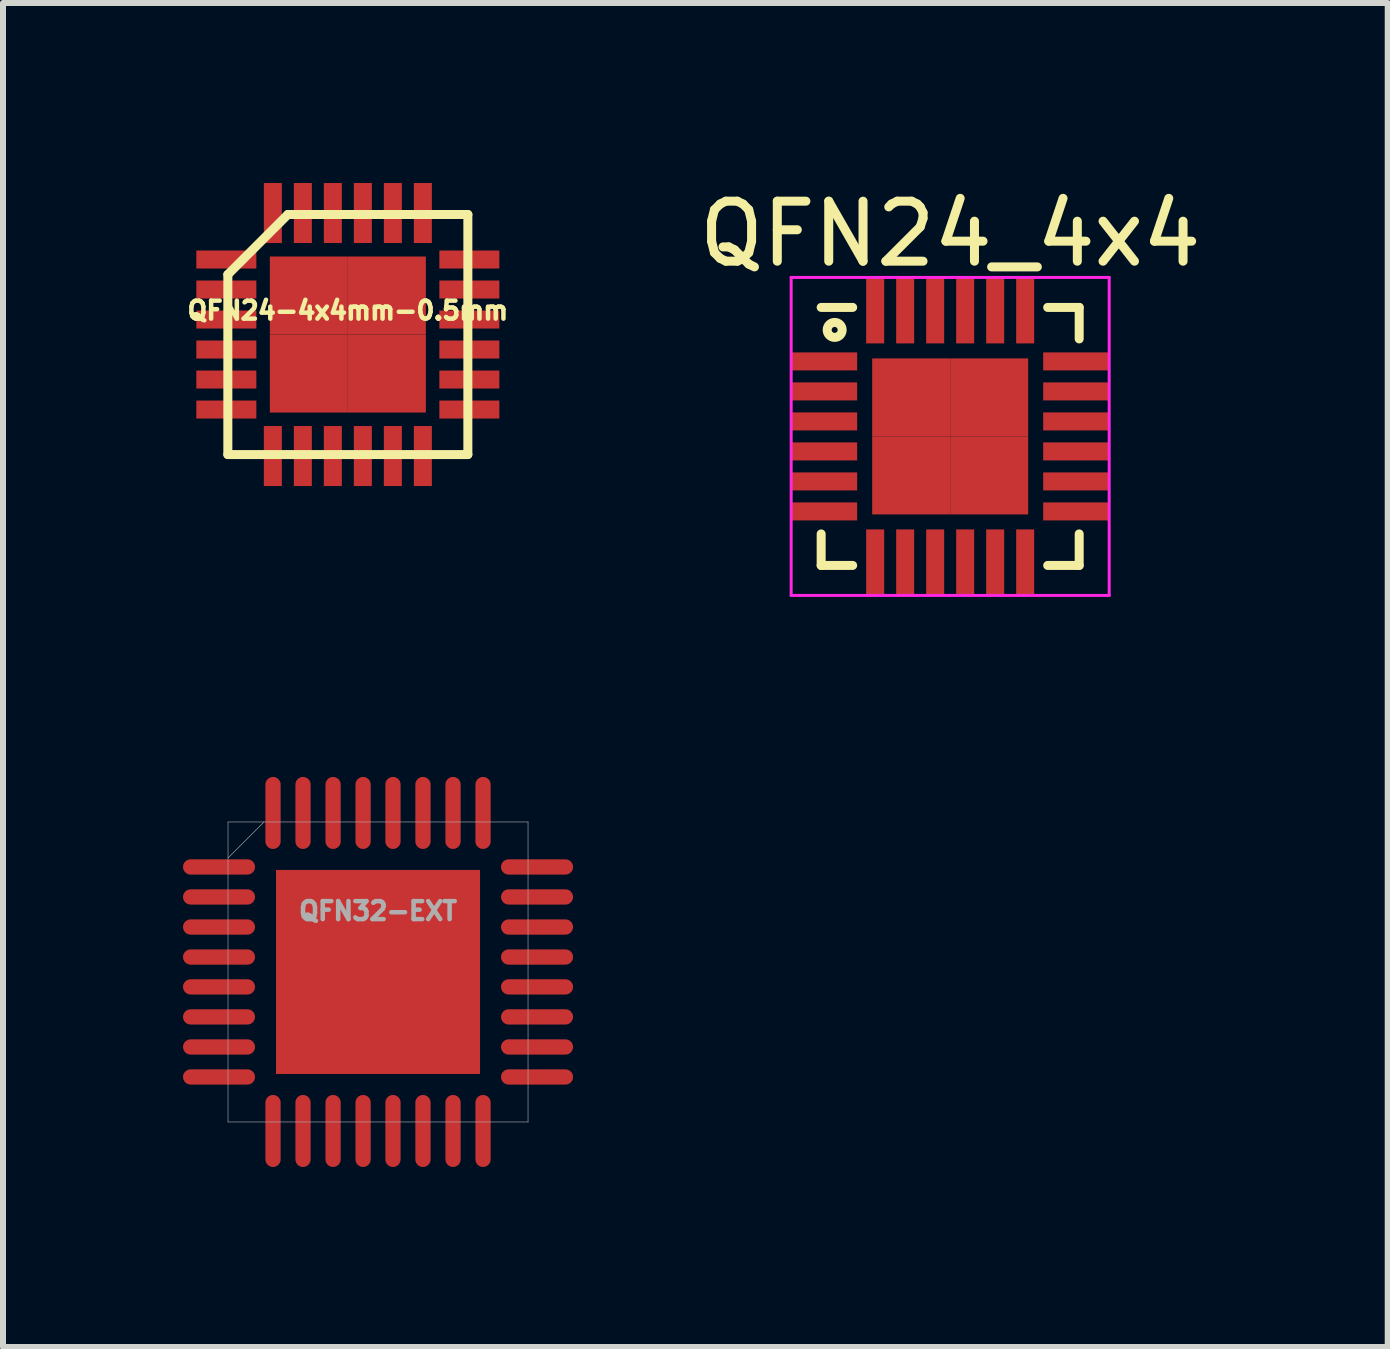
<source format=kicad_pcb>
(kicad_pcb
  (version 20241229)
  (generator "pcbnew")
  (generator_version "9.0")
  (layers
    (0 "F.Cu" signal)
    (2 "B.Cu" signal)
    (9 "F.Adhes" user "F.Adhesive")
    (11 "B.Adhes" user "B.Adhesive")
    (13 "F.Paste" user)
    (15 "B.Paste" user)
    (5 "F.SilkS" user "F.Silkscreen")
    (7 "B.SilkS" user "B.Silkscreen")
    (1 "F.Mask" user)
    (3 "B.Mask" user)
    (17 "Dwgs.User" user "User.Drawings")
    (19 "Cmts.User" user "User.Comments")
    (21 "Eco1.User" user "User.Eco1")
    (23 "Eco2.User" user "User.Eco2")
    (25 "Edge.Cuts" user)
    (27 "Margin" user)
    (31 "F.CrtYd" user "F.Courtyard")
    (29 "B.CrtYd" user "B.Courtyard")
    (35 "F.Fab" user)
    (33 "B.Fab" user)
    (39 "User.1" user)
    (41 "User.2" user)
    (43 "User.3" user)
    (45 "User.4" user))
  (footprint "QFN24_4x4"
    (layer "F.Cu")
    (at 12.785 4.223)
    (property "Reference" "QFN24_4x4" (at 0 -3.375 0) (layer "F.SilkS") (effects (font (size 1 1) (thickness 0.15))))
    (attr smd)
    (fp_line (start -2.15 -2.15) (end -1.625 -2.15) (stroke (width 0.15) (type solid)) (layer "F.SilkS"))
    (fp_line (start -2.15 2.15) (end -2.15 1.625) (stroke (width 0.15) (type solid)) (layer "F.SilkS"))
    (fp_line (start -2.15 2.15) (end -1.625 2.15) (stroke (width 0.15) (type solid)) (layer "F.SilkS"))
    (fp_line (start 2.15 -2.15) (end 1.625 -2.15) (stroke (width 0.15) (type solid)) (layer "F.SilkS"))
    (fp_line (start 2.15 -2.15) (end 2.15 -1.625) (stroke (width 0.15) (type solid)) (layer "F.SilkS"))
    (fp_line (start 2.15 2.15) (end 1.625 2.15) (stroke (width 0.15) (type solid)) (layer "F.SilkS"))
    (fp_line (start 2.15 2.15) (end 2.15 1.625) (stroke (width 0.15) (type solid)) (layer "F.SilkS"))
    (fp_circle (center -1.925 -1.775) (end -1.85 -1.675) (stroke (width 0.15) (type solid)) (fill no) (layer "F.SilkS"))
    (fp_line (start -2.65 -2.65) (end -2.65 2.65) (stroke (width 0.05) (type solid)) (layer "F.CrtYd"))
    (fp_line (start -2.65 -2.65) (end 2.65 -2.65) (stroke (width 0.05) (type solid)) (layer "F.CrtYd"))
    (fp_line (start -2.65 2.65) (end 2.65 2.65) (stroke (width 0.05) (type solid)) (layer "F.CrtYd"))
    (fp_line (start 2.65 -2.65) (end 2.65 2.65) (stroke (width 0.05) (type solid)) (layer "F.CrtYd"))
    (pad "1" smd rect (at -2.1 -1.25) (size 1.1 0.3) (layers "F.Cu" "F.Mask" "F.Paste"))
    (pad "2" smd rect (at -2.1 -0.75) (size 1.1 0.3) (layers "F.Cu" "F.Mask" "F.Paste"))
    (pad "3" smd rect (at -2.1 -0.25) (size 1.1 0.3) (layers "F.Cu" "F.Mask" "F.Paste"))
    (pad "4" smd rect (at -2.1 0.25) (size 1.1 0.3) (layers "F.Cu" "F.Mask" "F.Paste"))
    (pad "5" smd rect (at -2.1 0.75) (size 1.1 0.3) (layers "F.Cu" "F.Mask" "F.Paste"))
    (pad "6" smd rect (at -2.1 1.25) (size 1.1 0.3) (layers "F.Cu" "F.Mask" "F.Paste"))
    (pad "7" smd rect (at -1.25 2.1 90) (size 1.1 0.3) (layers "F.Cu" "F.Mask" "F.Paste"))
    (pad "8" smd rect (at -0.75 2.1 90) (size 1.1 0.3) (layers "F.Cu" "F.Mask" "F.Paste"))
    (pad "9" smd rect (at -0.25 2.1 90) (size 1.1 0.3) (layers "F.Cu" "F.Mask" "F.Paste"))
    (pad "10" smd rect (at 0.25 2.1 90) (size 1.1 0.3) (layers "F.Cu" "F.Mask" "F.Paste"))
    (pad "11" smd rect (at 0.75 2.1 90) (size 1.1 0.3) (layers "F.Cu" "F.Mask" "F.Paste"))
    (pad "12" smd rect (at 1.25 2.1 90) (size 1.1 0.3) (layers "F.Cu" "F.Mask" "F.Paste"))
    (pad "13" smd rect (at 2.1 1.25) (size 1.1 0.3) (layers "F.Cu" "F.Mask" "F.Paste"))
    (pad "14" smd rect (at 2.1 0.75) (size 1.1 0.3) (layers "F.Cu" "F.Mask" "F.Paste"))
    (pad "15" smd rect (at 2.1 0.25) (size 1.1 0.3) (layers "F.Cu" "F.Mask" "F.Paste"))
    (pad "16" smd rect (at 2.1 -0.25) (size 1.1 0.3) (layers "F.Cu" "F.Mask" "F.Paste"))
    (pad "17" smd rect (at 2.1 -0.75) (size 1.1 0.3) (layers "F.Cu" "F.Mask" "F.Paste"))
    (pad "18" smd rect (at 2.1 -1.25) (size 1.1 0.3) (layers "F.Cu" "F.Mask" "F.Paste"))
    (pad "19" smd rect (at 1.25 -2.1 90) (size 1.1 0.3) (layers "F.Cu" "F.Mask" "F.Paste"))
    (pad "20" smd rect (at 0.75 -2.1 90) (size 1.1 0.3) (layers "F.Cu" "F.Mask" "F.Paste"))
    (pad "21" smd rect (at 0.25 -2.1 90) (size 1.1 0.3) (layers "F.Cu" "F.Mask" "F.Paste"))
    (pad "22" smd rect (at -0.25 -2.1 90) (size 1.1 0.3) (layers "F.Cu" "F.Mask" "F.Paste"))
    (pad "23" smd rect (at -0.75 -2.1 90) (size 1.1 0.3) (layers "F.Cu" "F.Mask" "F.Paste"))
    (pad "24" smd rect (at -1.25 -2.1 90) (size 1.1 0.3) (layers "F.Cu" "F.Mask" "F.Paste"))
    (pad "25" smd rect (at -0.65 -0.65) (size 1.3 1.3) (layers "F.Cu" "F.Mask" "F.Paste"))
    (pad "25" smd rect (at -0.65 0.65) (size 1.3 1.3) (layers "F.Cu" "F.Mask" "F.Paste"))
    (pad "25" smd rect (at 0.65 -0.65) (size 1.3 1.3) (layers "F.Cu" "F.Mask" "F.Paste"))
    (pad "25" smd rect (at 0.65 0.65) (size 1.3 1.3) (layers "F.Cu" "F.Mask" "F.Paste")))
  (footprint "QFN32-EXT"
    (layer "F.Cu")
    (at 3.25 13.148)
    (property "Reference" "QFN32-EXT" (at 0 -1.016 0) (layer "F.Fab") (effects (font (size 0.3 0.3) (thickness 0.075))))
    (attr smd)
    (fp_line (start -2.5 -2.5) (end -2.5 2.5) (stroke (width 0.01) (type solid)) (layer "F.Fab"))
    (fp_line (start -2.5 -1.9) (end -1.9 -2.5) (stroke (width 0.01) (type solid)) (layer "F.Fab"))
    (fp_line (start -2.5 2.5) (end 2.5 2.5) (stroke (width 0.01) (type solid)) (layer "F.Fab"))
    (fp_line (start 2.5 -2.5) (end -2.5 -2.5) (stroke (width 0.01) (type solid)) (layer "F.Fab"))
    (fp_line (start 2.5 2.5) (end 2.5 -2.5) (stroke (width 0.01) (type solid)) (layer "F.Fab"))
    (pad "1" smd oval (at -2.65 -1.75 90) (size 0.254 1.2) (layers "F.Cu" "F.Mask" "F.Paste"))
    (pad "2" smd oval (at -2.65 -1.25 90) (size 0.254 1.2) (layers "F.Cu" "F.Mask" "F.Paste"))
    (pad "3" smd oval (at -2.65 -0.749 90) (size 0.254 1.2) (layers "F.Cu" "F.Mask" "F.Paste"))
    (pad "4" smd oval (at -2.65 -0.249 90) (size 0.254 1.2) (layers "F.Cu" "F.Mask" "F.Paste"))
    (pad "5" smd oval (at -2.65 0.249 90) (size 0.254 1.2) (layers "F.Cu" "F.Mask" "F.Paste"))
    (pad "6" smd oval (at -2.65 0.749 90) (size 0.254 1.2) (layers "F.Cu" "F.Mask" "F.Paste"))
    (pad "7" smd oval (at -2.65 1.25 90) (size 0.254 1.2) (layers "F.Cu" "F.Mask" "F.Paste"))
    (pad "8" smd oval (at -2.65 1.75 90) (size 0.254 1.2) (layers "F.Cu" "F.Mask" "F.Paste"))
    (pad "9" smd oval (at -1.75 2.65) (size 0.254 1.2) (layers "F.Cu" "F.Mask" "F.Paste"))
    (pad "10" smd oval (at -1.25 2.65) (size 0.254 1.2) (layers "F.Cu" "F.Mask" "F.Paste"))
    (pad "11" smd oval (at -0.749 2.65) (size 0.254 1.2) (layers "F.Cu" "F.Mask" "F.Paste"))
    (pad "12" smd oval (at -0.249 2.65) (size 0.254 1.2) (layers "F.Cu" "F.Mask" "F.Paste"))
    (pad "13" smd oval (at 0.249 2.65) (size 0.254 1.2) (layers "F.Cu" "F.Mask" "F.Paste"))
    (pad "14" smd oval (at 0.749 2.65) (size 0.254 1.2) (layers "F.Cu" "F.Mask" "F.Paste"))
    (pad "15" smd oval (at 1.25 2.65) (size 0.254 1.2) (layers "F.Cu" "F.Mask" "F.Paste"))
    (pad "16" smd oval (at 1.75 2.65) (size 0.254 1.2) (layers "F.Cu" "F.Mask" "F.Paste"))
    (pad "17" smd oval (at 2.65 1.75 90) (size 0.254 1.2) (layers "F.Cu" "F.Mask" "F.Paste"))
    (pad "18" smd oval (at 2.65 1.25 90) (size 0.254 1.2) (layers "F.Cu" "F.Mask" "F.Paste"))
    (pad "19" smd oval (at 2.65 0.749 90) (size 0.254 1.2) (layers "F.Cu" "F.Mask" "F.Paste"))
    (pad "20" smd oval (at 2.65 0.249 90) (size 0.254 1.2) (layers "F.Cu" "F.Mask" "F.Paste"))
    (pad "21" smd oval (at 2.65 -0.249 90) (size 0.254 1.2) (layers "F.Cu" "F.Mask" "F.Paste"))
    (pad "22" smd oval (at 2.65 -0.749 90) (size 0.254 1.2) (layers "F.Cu" "F.Mask" "F.Paste"))
    (pad "23" smd oval (at 2.65 -1.25 90) (size 0.254 1.2) (layers "F.Cu" "F.Mask" "F.Paste"))
    (pad "24" smd oval (at 2.65 -1.75 90) (size 0.254 1.2) (layers "F.Cu" "F.Mask" "F.Paste"))
    (pad "25" smd oval (at 1.75 -2.65) (size 0.254 1.2) (layers "F.Cu" "F.Mask" "F.Paste"))
    (pad "26" smd oval (at 1.25 -2.65) (size 0.254 1.2) (layers "F.Cu" "F.Mask" "F.Paste"))
    (pad "27" smd oval (at 0.749 -2.65) (size 0.254 1.2) (layers "F.Cu" "F.Mask" "F.Paste"))
    (pad "28" smd oval (at 0.249 -2.65) (size 0.254 1.2) (layers "F.Cu" "F.Mask" "F.Paste"))
    (pad "29" smd oval (at -0.249 -2.65) (size 0.254 1.2) (layers "F.Cu" "F.Mask" "F.Paste"))
    (pad "30" smd oval (at -0.749 -2.65) (size 0.254 1.2) (layers "F.Cu" "F.Mask" "F.Paste"))
    (pad "31" smd oval (at -1.25 -2.65) (size 0.254 1.2) (layers "F.Cu" "F.Mask" "F.Paste"))
    (pad "32" smd oval (at -1.75 -2.65) (size 0.254 1.2) (layers "F.Cu" "F.Mask" "F.Paste"))
    (pad "33" smd rect (at 0 0) (size 3.4 3.4) (layers "F.Cu" "F.Mask" "F.Paste")))
  (footprint "QFN24-4x4mm-0.5mm"
    (layer "F.Cu")
    (at 2.747 2.525)
    (property "Reference" "QFN24-4x4mm-0.5mm" (at 0 -0.4 0) (layer "F.SilkS") (effects (font (size 0.3 0.3) (thickness 0.075))))
    (attr smd)
    (fp_line (start -2 -1) (end -1 -2) (stroke (width 0.15) (type solid)) (layer "F.SilkS"))
    (fp_line (start -2 2) (end -2 -1) (stroke (width 0.15) (type solid)) (layer "F.SilkS"))
    (fp_line (start -1 -2) (end 2 -2) (stroke (width 0.15) (type solid)) (layer "F.SilkS"))
    (fp_line (start 2 -2) (end 2 2) (stroke (width 0.15) (type solid)) (layer "F.SilkS"))
    (fp_line (start 2 2) (end -2 2) (stroke (width 0.15) (type solid)) (layer "F.SilkS"))
    (pad "1" smd rect (at -2.025 -1.25) (size 1 0.3) (layers "F.Cu" "F.Mask" "F.Paste"))
    (pad "2" smd rect (at -2.025 -0.75) (size 1 0.3) (layers "F.Cu" "F.Mask" "F.Paste"))
    (pad "3" smd rect (at -2.025 -0.25) (size 1 0.3) (layers "F.Cu" "F.Mask" "F.Paste"))
    (pad "4" smd rect (at -2.025 0.25) (size 1 0.3) (layers "F.Cu" "F.Mask" "F.Paste"))
    (pad "5" smd rect (at -2.025 0.75) (size 1 0.3) (layers "F.Cu" "F.Mask" "F.Paste"))
    (pad "6" smd rect (at -2.025 1.25) (size 1 0.3) (layers "F.Cu" "F.Mask" "F.Paste"))
    (pad "7" smd rect (at -1.25 2.025 90) (size 1 0.3) (layers "F.Cu" "F.Mask" "F.Paste"))
    (pad "8" smd rect (at -0.75 2.025 90) (size 1 0.3) (layers "F.Cu" "F.Mask" "F.Paste"))
    (pad "9" smd rect (at -0.25 2.025 90) (size 1 0.3) (layers "F.Cu" "F.Mask" "F.Paste"))
    (pad "10" smd rect (at 0.25 2.025 90) (size 1 0.3) (layers "F.Cu" "F.Mask" "F.Paste"))
    (pad "11" smd rect (at 0.75 2.025 90) (size 1 0.3) (layers "F.Cu" "F.Mask" "F.Paste"))
    (pad "12" smd rect (at 1.25 2.025 90) (size 1 0.3) (layers "F.Cu" "F.Mask" "F.Paste"))
    (pad "13" smd rect (at 2.025 1.25) (size 1 0.3) (layers "F.Cu" "F.Mask" "F.Paste"))
    (pad "14" smd rect (at 2.025 0.75) (size 1 0.3) (layers "F.Cu" "F.Mask" "F.Paste"))
    (pad "15" smd rect (at 2.025 0.25) (size 1 0.3) (layers "F.Cu" "F.Mask" "F.Paste"))
    (pad "16" smd rect (at 2.025 -0.25) (size 1 0.3) (layers "F.Cu" "F.Mask" "F.Paste"))
    (pad "17" smd rect (at 2.025 -0.75) (size 1 0.3) (layers "F.Cu" "F.Mask" "F.Paste"))
    (pad "18" smd rect (at 2.025 -1.25) (size 1 0.3) (layers "F.Cu" "F.Mask" "F.Paste"))
    (pad "19" smd rect (at 1.25 -2.025 90) (size 1 0.3) (layers "F.Cu" "F.Mask" "F.Paste"))
    (pad "20" smd rect (at 0.75 -2.025 90) (size 1 0.3) (layers "F.Cu" "F.Mask" "F.Paste"))
    (pad "21" smd rect (at 0.25 -2.025 90) (size 1 0.3) (layers "F.Cu" "F.Mask" "F.Paste"))
    (pad "22" smd rect (at -0.25 -2.025 90) (size 1 0.3) (layers "F.Cu" "F.Mask" "F.Paste"))
    (pad "23" smd rect (at -0.75 -2.025 90) (size 1 0.3) (layers "F.Cu" "F.Mask" "F.Paste"))
    (pad "24" smd rect (at -1.25 -2.025 90) (size 1 0.3) (layers "F.Cu" "F.Mask" "F.Paste"))
    (pad "25" smd rect (at -0.65 0.65) (size 1.3 1.3) (layers "F.Cu" "F.Mask" "F.Paste"))
    (pad "25" smd rect (at 0.65 -0.65) (size 1.3 1.3) (layers "F.Cu" "F.Mask" "F.Paste"))
    (pad "25" smd rect (at 0.65 0.65) (size 1.3 1.3) (layers "F.Cu" "F.Mask" "F.Paste"))
    (pad "EXP" smd rect (at -0.65 -0.65) (size 1.3 1.3) (layers "F.Cu" "F.Mask" "F.Paste")))
  (gr_rect
    (start -3 -3)
    (end 20.077 19.398)
    (stroke (width 0.1) (type default))
    (fill no)
    (layer "Edge.Cuts")))
</source>
